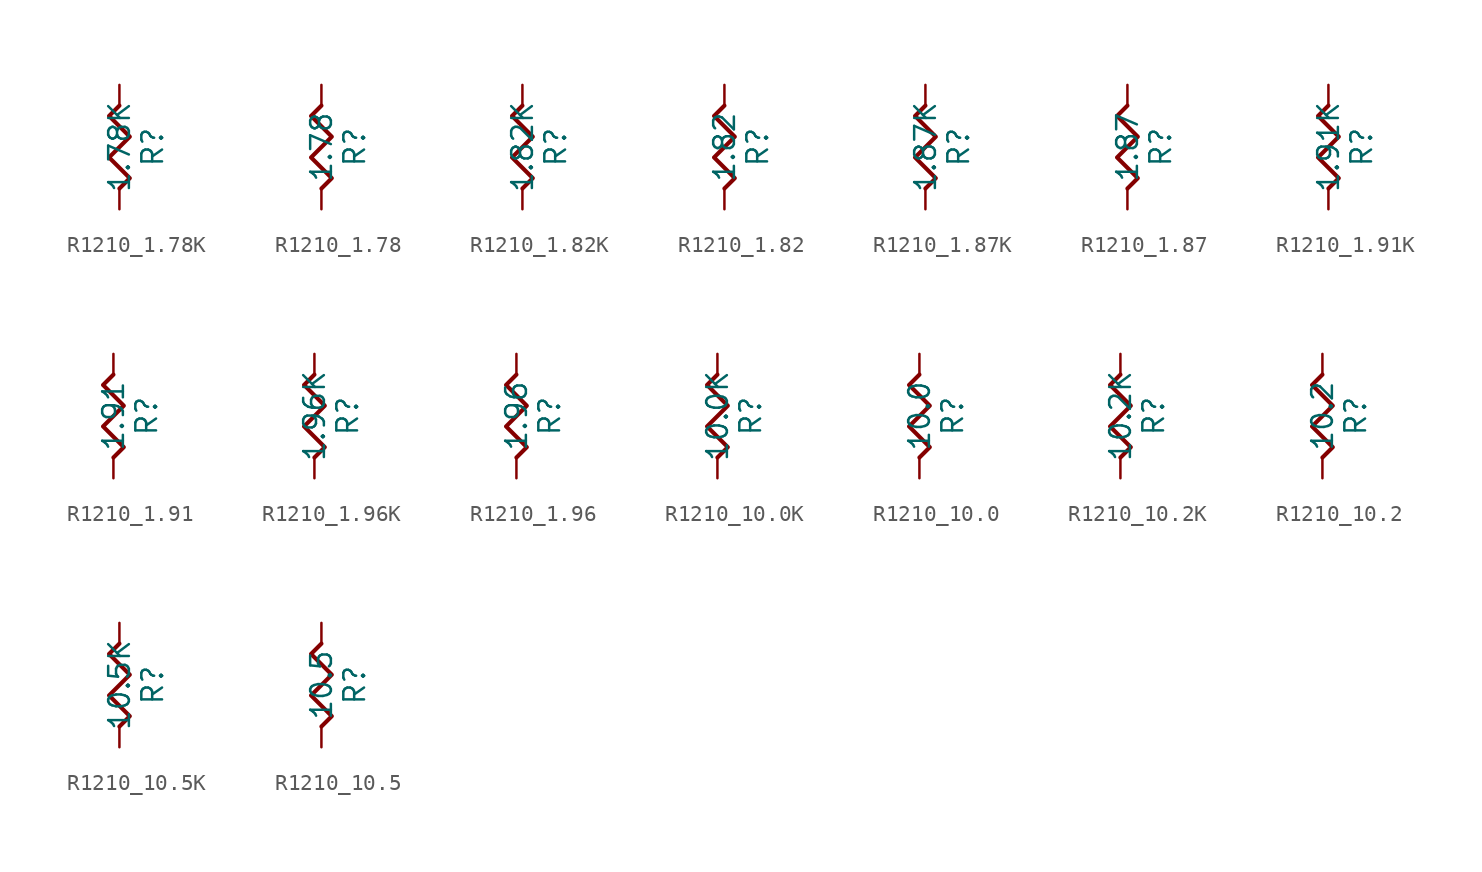
<source format=kicad_sym>
(kicad_symbol_lib
  (version 20211014)
  (generator atlantix-eda)
  (symbol "R1210_1.78K"
    (pin_numbers hide)
    (pin_names
      (offset 0))
    (property "Reference" "R"
      (at 2.032 0 90)
      (effects (font (size 1.27 1.27))))
    (property "Value" "1.78K"
      (at 0 0 90)
      (effects (font (size 1.27 1.27))))
    (symbol "R1210_1.78K_0_1"
      (polyline (pts (xy 0 -2.54) (xy 0.635 -1.905) (xy -0.635 -0.635) (xy 0.635 0.635) (xy -0.635 1.905) (xy 0 2.54)) (stroke (width 0.254) (type default) (color 0 0 0 0)) (fill (type none))))
    (symbol "R1210_1.78K_1_1"
      (pin passive line (at 0 3.81 270) (length 1.27) (name "~" (effects (font (size 1.27 1.27)))) (number "1" (effects (font (size 1.27 1.27)))))
      (pin passive line (at 0 -3.81 90) (length 1.27) (name "~" (effects (font (size 1.27 1.27)))) (number "2" (effects (font (size 1.27 1.27)))))))
  (symbol "R1210_1.78"
    (pin_numbers hide)
    (pin_names
      (offset 0))
    (property "Reference" "R"
      (at 2.032 0 90)
      (effects (font (size 1.27 1.27))))
    (property "Value" "1.78"
      (at 0 0 90)
      (effects (font (size 1.27 1.27))))
    (symbol "R1210_1.78_0_1"
      (polyline (pts (xy 0 -2.54) (xy 0.635 -1.905) (xy -0.635 -0.635) (xy 0.635 0.635) (xy -0.635 1.905) (xy 0 2.54)) (stroke (width 0.254) (type default) (color 0 0 0 0)) (fill (type none))))
    (symbol "R1210_1.78_1_1"
      (pin passive line (at 0 3.81 270) (length 1.27) (name "~" (effects (font (size 1.27 1.27)))) (number "1" (effects (font (size 1.27 1.27)))))
      (pin passive line (at 0 -3.81 90) (length 1.27) (name "~" (effects (font (size 1.27 1.27)))) (number "2" (effects (font (size 1.27 1.27)))))))
  (symbol "R1210_1.82K"
    (pin_numbers hide)
    (pin_names
      (offset 0))
    (property "Reference" "R"
      (at 2.032 0 90)
      (effects (font (size 1.27 1.27))))
    (property "Value" "1.82K"
      (at 0 0 90)
      (effects (font (size 1.27 1.27))))
    (symbol "R1210_1.82K_0_1"
      (polyline (pts (xy 0 -2.54) (xy 0.635 -1.905) (xy -0.635 -0.635) (xy 0.635 0.635) (xy -0.635 1.905) (xy 0 2.54)) (stroke (width 0.254) (type default) (color 0 0 0 0)) (fill (type none))))
    (symbol "R1210_1.82K_1_1"
      (pin passive line (at 0 3.81 270) (length 1.27) (name "~" (effects (font (size 1.27 1.27)))) (number "1" (effects (font (size 1.27 1.27)))))
      (pin passive line (at 0 -3.81 90) (length 1.27) (name "~" (effects (font (size 1.27 1.27)))) (number "2" (effects (font (size 1.27 1.27)))))))
  (symbol "R1210_1.82"
    (pin_numbers hide)
    (pin_names
      (offset 0))
    (property "Reference" "R"
      (at 2.032 0 90)
      (effects (font (size 1.27 1.27))))
    (property "Value" "1.82"
      (at 0 0 90)
      (effects (font (size 1.27 1.27))))
    (symbol "R1210_1.82_0_1"
      (polyline (pts (xy 0 -2.54) (xy 0.635 -1.905) (xy -0.635 -0.635) (xy 0.635 0.635) (xy -0.635 1.905) (xy 0 2.54)) (stroke (width 0.254) (type default) (color 0 0 0 0)) (fill (type none))))
    (symbol "R1210_1.82_1_1"
      (pin passive line (at 0 3.81 270) (length 1.27) (name "~" (effects (font (size 1.27 1.27)))) (number "1" (effects (font (size 1.27 1.27)))))
      (pin passive line (at 0 -3.81 90) (length 1.27) (name "~" (effects (font (size 1.27 1.27)))) (number "2" (effects (font (size 1.27 1.27)))))))
  (symbol "R1210_1.87K"
    (pin_numbers hide)
    (pin_names
      (offset 0))
    (property "Reference" "R"
      (at 2.032 0 90)
      (effects (font (size 1.27 1.27))))
    (property "Value" "1.87K"
      (at 0 0 90)
      (effects (font (size 1.27 1.27))))
    (symbol "R1210_1.87K_0_1"
      (polyline (pts (xy 0 -2.54) (xy 0.635 -1.905) (xy -0.635 -0.635) (xy 0.635 0.635) (xy -0.635 1.905) (xy 0 2.54)) (stroke (width 0.254) (type default) (color 0 0 0 0)) (fill (type none))))
    (symbol "R1210_1.87K_1_1"
      (pin passive line (at 0 3.81 270) (length 1.27) (name "~" (effects (font (size 1.27 1.27)))) (number "1" (effects (font (size 1.27 1.27)))))
      (pin passive line (at 0 -3.81 90) (length 1.27) (name "~" (effects (font (size 1.27 1.27)))) (number "2" (effects (font (size 1.27 1.27)))))))
  (symbol "R1210_1.87"
    (pin_numbers hide)
    (pin_names
      (offset 0))
    (property "Reference" "R"
      (at 2.032 0 90)
      (effects (font (size 1.27 1.27))))
    (property "Value" "1.87"
      (at 0 0 90)
      (effects (font (size 1.27 1.27))))
    (symbol "R1210_1.87_0_1"
      (polyline (pts (xy 0 -2.54) (xy 0.635 -1.905) (xy -0.635 -0.635) (xy 0.635 0.635) (xy -0.635 1.905) (xy 0 2.54)) (stroke (width 0.254) (type default) (color 0 0 0 0)) (fill (type none))))
    (symbol "R1210_1.87_1_1"
      (pin passive line (at 0 3.81 270) (length 1.27) (name "~" (effects (font (size 1.27 1.27)))) (number "1" (effects (font (size 1.27 1.27)))))
      (pin passive line (at 0 -3.81 90) (length 1.27) (name "~" (effects (font (size 1.27 1.27)))) (number "2" (effects (font (size 1.27 1.27)))))))
  (symbol "R1210_1.91K"
    (pin_numbers hide)
    (pin_names
      (offset 0))
    (property "Reference" "R"
      (at 2.032 0 90)
      (effects (font (size 1.27 1.27))))
    (property "Value" "1.91K"
      (at 0 0 90)
      (effects (font (size 1.27 1.27))))
    (symbol "R1210_1.91K_0_1"
      (polyline (pts (xy 0 -2.54) (xy 0.635 -1.905) (xy -0.635 -0.635) (xy 0.635 0.635) (xy -0.635 1.905) (xy 0 2.54)) (stroke (width 0.254) (type default) (color 0 0 0 0)) (fill (type none))))
    (symbol "R1210_1.91K_1_1"
      (pin passive line (at 0 3.81 270) (length 1.27) (name "~" (effects (font (size 1.27 1.27)))) (number "1" (effects (font (size 1.27 1.27)))))
      (pin passive line (at 0 -3.81 90) (length 1.27) (name "~" (effects (font (size 1.27 1.27)))) (number "2" (effects (font (size 1.27 1.27)))))))
  (symbol "R1210_1.91"
    (pin_numbers hide)
    (pin_names
      (offset 0))
    (property "Reference" "R"
      (at 2.032 0 90)
      (effects (font (size 1.27 1.27))))
    (property "Value" "1.91"
      (at 0 0 90)
      (effects (font (size 1.27 1.27))))
    (symbol "R1210_1.91_0_1"
      (polyline (pts (xy 0 -2.54) (xy 0.635 -1.905) (xy -0.635 -0.635) (xy 0.635 0.635) (xy -0.635 1.905) (xy 0 2.54)) (stroke (width 0.254) (type default) (color 0 0 0 0)) (fill (type none))))
    (symbol "R1210_1.91_1_1"
      (pin passive line (at 0 3.81 270) (length 1.27) (name "~" (effects (font (size 1.27 1.27)))) (number "1" (effects (font (size 1.27 1.27)))))
      (pin passive line (at 0 -3.81 90) (length 1.27) (name "~" (effects (font (size 1.27 1.27)))) (number "2" (effects (font (size 1.27 1.27)))))))
  (symbol "R1210_1.96K"
    (pin_numbers hide)
    (pin_names
      (offset 0))
    (property "Reference" "R"
      (at 2.032 0 90)
      (effects (font (size 1.27 1.27))))
    (property "Value" "1.96K"
      (at 0 0 90)
      (effects (font (size 1.27 1.27))))
    (symbol "R1210_1.96K_0_1"
      (polyline (pts (xy 0 -2.54) (xy 0.635 -1.905) (xy -0.635 -0.635) (xy 0.635 0.635) (xy -0.635 1.905) (xy 0 2.54)) (stroke (width 0.254) (type default) (color 0 0 0 0)) (fill (type none))))
    (symbol "R1210_1.96K_1_1"
      (pin passive line (at 0 3.81 270) (length 1.27) (name "~" (effects (font (size 1.27 1.27)))) (number "1" (effects (font (size 1.27 1.27)))))
      (pin passive line (at 0 -3.81 90) (length 1.27) (name "~" (effects (font (size 1.27 1.27)))) (number "2" (effects (font (size 1.27 1.27)))))))
  (symbol "R1210_1.96"
    (pin_numbers hide)
    (pin_names
      (offset 0))
    (property "Reference" "R"
      (at 2.032 0 90)
      (effects (font (size 1.27 1.27))))
    (property "Value" "1.96"
      (at 0 0 90)
      (effects (font (size 1.27 1.27))))
    (symbol "R1210_1.96_0_1"
      (polyline (pts (xy 0 -2.54) (xy 0.635 -1.905) (xy -0.635 -0.635) (xy 0.635 0.635) (xy -0.635 1.905) (xy 0 2.54)) (stroke (width 0.254) (type default) (color 0 0 0 0)) (fill (type none))))
    (symbol "R1210_1.96_1_1"
      (pin passive line (at 0 3.81 270) (length 1.27) (name "~" (effects (font (size 1.27 1.27)))) (number "1" (effects (font (size 1.27 1.27)))))
      (pin passive line (at 0 -3.81 90) (length 1.27) (name "~" (effects (font (size 1.27 1.27)))) (number "2" (effects (font (size 1.27 1.27)))))))
  (symbol "R1210_10.0K"
    (pin_numbers hide)
    (pin_names
      (offset 0))
    (property "Reference" "R"
      (at 2.032 0 90)
      (effects (font (size 1.27 1.27))))
    (property "Value" "10.0K"
      (at 0 0 90)
      (effects (font (size 1.27 1.27))))
    (symbol "R1210_10.0K_0_1"
      (polyline (pts (xy 0 -2.54) (xy 0.635 -1.905) (xy -0.635 -0.635) (xy 0.635 0.635) (xy -0.635 1.905) (xy 0 2.54)) (stroke (width 0.254) (type default) (color 0 0 0 0)) (fill (type none))))
    (symbol "R1210_10.0K_1_1"
      (pin passive line (at 0 3.81 270) (length 1.27) (name "~" (effects (font (size 1.27 1.27)))) (number "1" (effects (font (size 1.27 1.27)))))
      (pin passive line (at 0 -3.81 90) (length 1.27) (name "~" (effects (font (size 1.27 1.27)))) (number "2" (effects (font (size 1.27 1.27)))))))
  (symbol "R1210_10.0"
    (pin_numbers hide)
    (pin_names
      (offset 0))
    (property "Reference" "R"
      (at 2.032 0 90)
      (effects (font (size 1.27 1.27))))
    (property "Value" "10.0"
      (at 0 0 90)
      (effects (font (size 1.27 1.27))))
    (symbol "R1210_10.0_0_1"
      (polyline (pts (xy 0 -2.54) (xy 0.635 -1.905) (xy -0.635 -0.635) (xy 0.635 0.635) (xy -0.635 1.905) (xy 0 2.54)) (stroke (width 0.254) (type default) (color 0 0 0 0)) (fill (type none))))
    (symbol "R1210_10.0_1_1"
      (pin passive line (at 0 3.81 270) (length 1.27) (name "~" (effects (font (size 1.27 1.27)))) (number "1" (effects (font (size 1.27 1.27)))))
      (pin passive line (at 0 -3.81 90) (length 1.27) (name "~" (effects (font (size 1.27 1.27)))) (number "2" (effects (font (size 1.27 1.27)))))))
  (symbol "R1210_10.2K"
    (pin_numbers hide)
    (pin_names
      (offset 0))
    (property "Reference" "R"
      (at 2.032 0 90)
      (effects (font (size 1.27 1.27))))
    (property "Value" "10.2K"
      (at 0 0 90)
      (effects (font (size 1.27 1.27))))
    (symbol "R1210_10.2K_0_1"
      (polyline (pts (xy 0 -2.54) (xy 0.635 -1.905) (xy -0.635 -0.635) (xy 0.635 0.635) (xy -0.635 1.905) (xy 0 2.54)) (stroke (width 0.254) (type default) (color 0 0 0 0)) (fill (type none))))
    (symbol "R1210_10.2K_1_1"
      (pin passive line (at 0 3.81 270) (length 1.27) (name "~" (effects (font (size 1.27 1.27)))) (number "1" (effects (font (size 1.27 1.27)))))
      (pin passive line (at 0 -3.81 90) (length 1.27) (name "~" (effects (font (size 1.27 1.27)))) (number "2" (effects (font (size 1.27 1.27)))))))
  (symbol "R1210_10.2"
    (pin_numbers hide)
    (pin_names
      (offset 0))
    (property "Reference" "R"
      (at 2.032 0 90)
      (effects (font (size 1.27 1.27))))
    (property "Value" "10.2"
      (at 0 0 90)
      (effects (font (size 1.27 1.27))))
    (symbol "R1210_10.2_0_1"
      (polyline (pts (xy 0 -2.54) (xy 0.635 -1.905) (xy -0.635 -0.635) (xy 0.635 0.635) (xy -0.635 1.905) (xy 0 2.54)) (stroke (width 0.254) (type default) (color 0 0 0 0)) (fill (type none))))
    (symbol "R1210_10.2_1_1"
      (pin passive line (at 0 3.81 270) (length 1.27) (name "~" (effects (font (size 1.27 1.27)))) (number "1" (effects (font (size 1.27 1.27)))))
      (pin passive line (at 0 -3.81 90) (length 1.27) (name "~" (effects (font (size 1.27 1.27)))) (number "2" (effects (font (size 1.27 1.27)))))))
  (symbol "R1210_10.5K"
    (pin_numbers hide)
    (pin_names
      (offset 0))
    (property "Reference" "R"
      (at 2.032 0 90)
      (effects (font (size 1.27 1.27))))
    (property "Value" "10.5K"
      (at 0 0 90)
      (effects (font (size 1.27 1.27))))
    (symbol "R1210_10.5K_0_1"
      (polyline (pts (xy 0 -2.54) (xy 0.635 -1.905) (xy -0.635 -0.635) (xy 0.635 0.635) (xy -0.635 1.905) (xy 0 2.54)) (stroke (width 0.254) (type default) (color 0 0 0 0)) (fill (type none))))
    (symbol "R1210_10.5K_1_1"
      (pin passive line (at 0 3.81 270) (length 1.27) (name "~" (effects (font (size 1.27 1.27)))) (number "1" (effects (font (size 1.27 1.27)))))
      (pin passive line (at 0 -3.81 90) (length 1.27) (name "~" (effects (font (size 1.27 1.27)))) (number "2" (effects (font (size 1.27 1.27)))))))
  (symbol "R1210_10.5"
    (pin_numbers hide)
    (pin_names
      (offset 0))
    (property "Reference" "R"
      (at 2.032 0 90)
      (effects (font (size 1.27 1.27))))
    (property "Value" "10.5"
      (at 0 0 90)
      (effects (font (size 1.27 1.27))))
    (symbol "R1210_10.5_0_1"
      (polyline (pts (xy 0 -2.54) (xy 0.635 -1.905) (xy -0.635 -0.635) (xy 0.635 0.635) (xy -0.635 1.905) (xy 0 2.54)) (stroke (width 0.254) (type default) (color 0 0 0 0)) (fill (type none))))
    (symbol "R1210_10.5_1_1"
      (pin passive line (at 0 3.81 270) (length 1.27) (name "~" (effects (font (size 1.27 1.27)))) (number "1" (effects (font (size 1.27 1.27)))))
      (pin passive line (at 0 -3.81 90) (length 1.27) (name "~" (effects (font (size 1.27 1.27)))) (number "2" (effects (font (size 1.27 1.27))))))))
</source>
